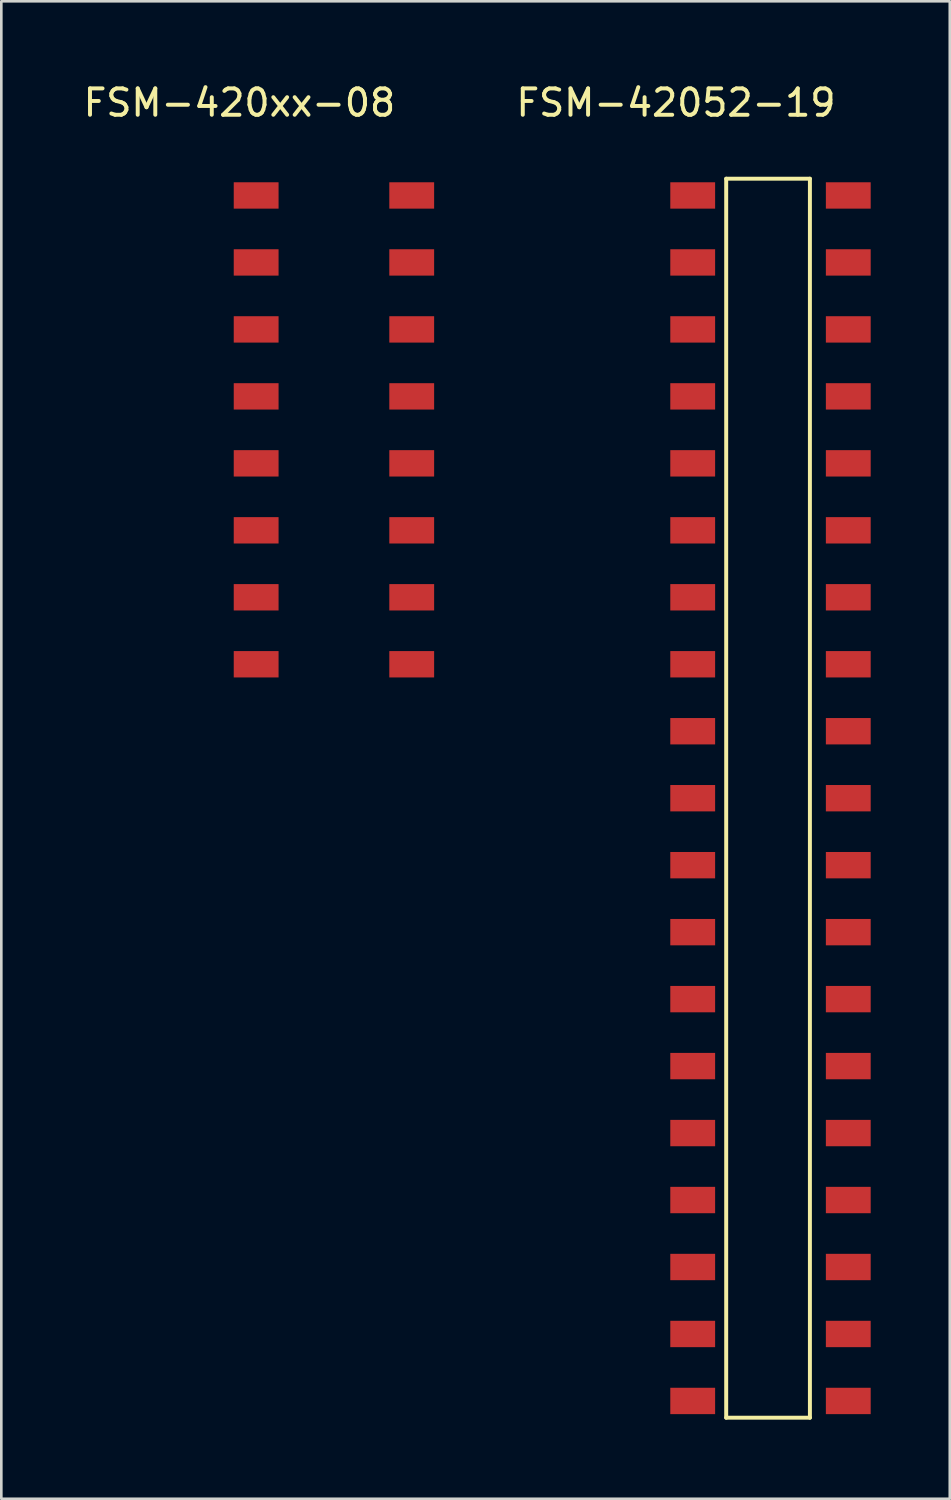
<source format=kicad_pcb>
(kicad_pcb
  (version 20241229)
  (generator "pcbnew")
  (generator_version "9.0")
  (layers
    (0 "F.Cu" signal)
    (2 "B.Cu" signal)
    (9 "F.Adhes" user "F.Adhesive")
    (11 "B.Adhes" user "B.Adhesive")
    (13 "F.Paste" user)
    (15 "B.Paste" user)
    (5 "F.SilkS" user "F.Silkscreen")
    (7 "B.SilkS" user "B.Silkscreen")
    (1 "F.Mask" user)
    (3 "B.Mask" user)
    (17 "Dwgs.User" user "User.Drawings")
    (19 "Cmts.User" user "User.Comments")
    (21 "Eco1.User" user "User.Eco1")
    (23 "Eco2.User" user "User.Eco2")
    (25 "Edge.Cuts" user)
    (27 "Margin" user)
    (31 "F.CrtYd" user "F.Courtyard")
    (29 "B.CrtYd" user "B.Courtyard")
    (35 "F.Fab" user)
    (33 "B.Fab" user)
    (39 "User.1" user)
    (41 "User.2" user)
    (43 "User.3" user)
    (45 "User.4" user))
  (footprint "FSM-42052-19"
    (layer "F.Cu")
    (at 26.172 4.363)
    (property "Reference" "FSM-42052-19" (at -3.585 -3.515 0) (layer "F.SilkS") (effects (font (size 1 1) (thickness 0.15))))
    (attr through_hole)
    (fp_line (start -1.68 -0.635) (end -1.68 46.355) (stroke (width 0.15) (type solid)) (layer "F.SilkS"))
    (fp_line (start -1.68 46.355) (end 1.495 46.355) (stroke (width 0.15) (type solid)) (layer "F.SilkS"))
    (fp_line (start 1.495 -0.635) (end -1.68 -0.635) (stroke (width 0.15) (type solid)) (layer "F.SilkS"))
    (fp_line (start 1.495 46.355) (end 1.495 -0.635) (stroke (width 0.15) (type solid)) (layer "F.SilkS"))
    (pad "1" smd rect (at -2.95 0) (size 1.7 1) (layers "F.Cu" "F.Mask" "F.Paste"))
    (pad "2" smd rect (at 2.95 0) (size 1.7 1) (layers "F.Cu" "F.Mask" "F.Paste"))
    (pad "3" smd rect (at -2.95 2.54) (size 1.7 1) (layers "F.Cu" "F.Mask" "F.Paste"))
    (pad "4" smd rect (at 2.95 2.54) (size 1.7 1) (layers "F.Cu" "F.Mask" "F.Paste"))
    (pad "5" smd rect (at -2.95 5.08) (size 1.7 1) (layers "F.Cu" "F.Mask" "F.Paste"))
    (pad "6" smd rect (at 2.95 5.08) (size 1.7 1) (layers "F.Cu" "F.Mask" "F.Paste"))
    (pad "7" smd rect (at -2.95 7.62) (size 1.7 1) (layers "F.Cu" "F.Mask" "F.Paste"))
    (pad "8" smd rect (at 2.95 7.62) (size 1.7 1) (layers "F.Cu" "F.Mask" "F.Paste"))
    (pad "9" smd rect (at -2.95 10.16) (size 1.7 1) (layers "F.Cu" "F.Mask" "F.Paste"))
    (pad "10" smd rect (at 2.95 10.16) (size 1.7 1) (layers "F.Cu" "F.Mask" "F.Paste"))
    (pad "11" smd rect (at -2.95 12.7) (size 1.7 1) (layers "F.Cu" "F.Mask" "F.Paste"))
    (pad "12" smd rect (at 2.95 12.7) (size 1.7 1) (layers "F.Cu" "F.Mask" "F.Paste"))
    (pad "13" smd rect (at -2.95 15.24) (size 1.7 1) (layers "F.Cu" "F.Mask" "F.Paste"))
    (pad "14" smd rect (at 2.95 15.24) (size 1.7 1) (layers "F.Cu" "F.Mask" "F.Paste"))
    (pad "15" smd rect (at -2.95 17.78) (size 1.7 1) (layers "F.Cu" "F.Mask" "F.Paste"))
    (pad "16" smd rect (at 2.95 17.78) (size 1.7 1) (layers "F.Cu" "F.Mask" "F.Paste"))
    (pad "17" smd rect (at -2.95 20.32) (size 1.7 1) (layers "F.Cu" "F.Mask" "F.Paste"))
    (pad "18" smd rect (at 2.95 20.32) (size 1.7 1) (layers "F.Cu" "F.Mask" "F.Paste"))
    (pad "19" smd rect (at -2.95 22.86) (size 1.7 1) (layers "F.Cu" "F.Mask" "F.Paste"))
    (pad "20" smd rect (at 2.95 22.86) (size 1.7 1) (layers "F.Cu" "F.Mask" "F.Paste"))
    (pad "21" smd rect (at -2.95 25.4) (size 1.7 1) (layers "F.Cu" "F.Mask" "F.Paste"))
    (pad "22" smd rect (at 2.95 25.4) (size 1.7 1) (layers "F.Cu" "F.Mask" "F.Paste"))
    (pad "23" smd rect (at -2.95 27.94) (size 1.7 1) (layers "F.Cu" "F.Mask" "F.Paste"))
    (pad "24" smd rect (at 2.95 27.94) (size 1.7 1) (layers "F.Cu" "F.Mask" "F.Paste"))
    (pad "25" smd rect (at -2.95 30.48) (size 1.7 1) (layers "F.Cu" "F.Mask" "F.Paste"))
    (pad "26" smd rect (at 2.95 30.48) (size 1.7 1) (layers "F.Cu" "F.Mask" "F.Paste"))
    (pad "27" smd rect (at -2.95 33.02) (size 1.7 1) (layers "F.Cu" "F.Mask" "F.Paste"))
    (pad "28" smd rect (at 2.95 33.02) (size 1.7 1) (layers "F.Cu" "F.Mask" "F.Paste"))
    (pad "29" smd rect (at -2.95 35.56) (size 1.7 1) (layers "F.Cu" "F.Mask" "F.Paste"))
    (pad "30" smd rect (at 2.95 35.56) (size 1.7 1) (layers "F.Cu" "F.Mask" "F.Paste"))
    (pad "31" smd rect (at -2.95 38.1) (size 1.7 1) (layers "F.Cu" "F.Mask" "F.Paste"))
    (pad "32" smd rect (at 2.95 38.1) (size 1.7 1) (layers "F.Cu" "F.Mask" "F.Paste"))
    (pad "33" smd rect (at -2.95 40.64) (size 1.7 1) (layers "F.Cu" "F.Mask" "F.Paste"))
    (pad "34" smd rect (at 2.95 40.64) (size 1.7 1) (layers "F.Cu" "F.Mask" "F.Paste"))
    (pad "35" smd rect (at -2.95 43.18) (size 1.7 1) (layers "F.Cu" "F.Mask" "F.Paste"))
    (pad "36" smd rect (at 2.95 43.18) (size 1.7 1) (layers "F.Cu" "F.Mask" "F.Paste"))
    (pad "37" smd rect (at -2.95 45.72) (size 1.7 1) (layers "F.Cu" "F.Mask" "F.Paste"))
    (pad "38" smd rect (at 2.95 45.72) (size 1.7 1) (layers "F.Cu" "F.Mask" "F.Paste")))
  (footprint "FSM-420xx-08"
    (layer "F.Cu")
    (at 9.615 4.363)
    (property "Reference" "FSM-420xx-08" (at -3.585 -3.515 0) (layer "F.SilkS") (effects (font (size 1 1) (thickness 0.15))))
    (attr through_hole)
    (fp_line (start -2.54 -1.27) (end -2.54 19.05) (stroke (width 0.15) (type solid)) (layer "B.Paste"))
    (fp_line (start -2.54 19.05) (end 2.54 19.05) (stroke (width 0.15) (type solid)) (layer "B.Paste"))
    (fp_line (start 2.54 -1.27) (end -2.54 -1.27) (stroke (width 0.15) (type solid)) (layer "B.Paste"))
    (fp_line (start 2.54 19.05) (end 2.54 -1.27) (stroke (width 0.15) (type solid)) (layer "B.Paste"))
    (pad "1" smd rect (at -2.95 0) (size 1.7 1) (layers "F.Cu" "F.Mask" "F.Paste"))
    (pad "2" smd rect (at 2.95 0) (size 1.7 1) (layers "F.Cu" "F.Mask" "F.Paste"))
    (pad "3" smd rect (at -2.95 2.54) (size 1.7 1) (layers "F.Cu" "F.Mask" "F.Paste"))
    (pad "4" smd rect (at 2.95 2.54) (size 1.7 1) (layers "F.Cu" "F.Mask" "F.Paste"))
    (pad "5" smd rect (at -2.95 5.08) (size 1.7 1) (layers "F.Cu" "F.Mask" "F.Paste"))
    (pad "6" smd rect (at 2.95 5.08) (size 1.7 1) (layers "F.Cu" "F.Mask" "F.Paste"))
    (pad "7" smd rect (at -2.95 7.62) (size 1.7 1) (layers "F.Cu" "F.Mask" "F.Paste"))
    (pad "8" smd rect (at 2.95 7.62) (size 1.7 1) (layers "F.Cu" "F.Mask" "F.Paste"))
    (pad "9" smd rect (at -2.95 10.16) (size 1.7 1) (layers "F.Cu" "F.Mask" "F.Paste"))
    (pad "10" smd rect (at 2.95 10.16) (size 1.7 1) (layers "F.Cu" "F.Mask" "F.Paste"))
    (pad "11" smd rect (at -2.95 12.7) (size 1.7 1) (layers "F.Cu" "F.Mask" "F.Paste"))
    (pad "12" smd rect (at 2.95 12.7) (size 1.7 1) (layers "F.Cu" "F.Mask" "F.Paste"))
    (pad "13" smd rect (at -2.95 15.24) (size 1.7 1) (layers "F.Cu" "F.Mask" "F.Paste"))
    (pad "14" smd rect (at 2.95 15.24) (size 1.7 1) (layers "F.Cu" "F.Mask" "F.Paste"))
    (pad "15" smd rect (at -2.95 17.78) (size 1.7 1) (layers "F.Cu" "F.Mask" "F.Paste"))
    (pad "16" smd rect (at 2.95 17.78) (size 1.7 1) (layers "F.Cu" "F.Mask" "F.Paste")))
  (gr_rect
    (start -3 -3)
    (end 32.972 53.793)
    (stroke (width 0.1) (type default))
    (fill no)
    (layer "Edge.Cuts")))
</source>
